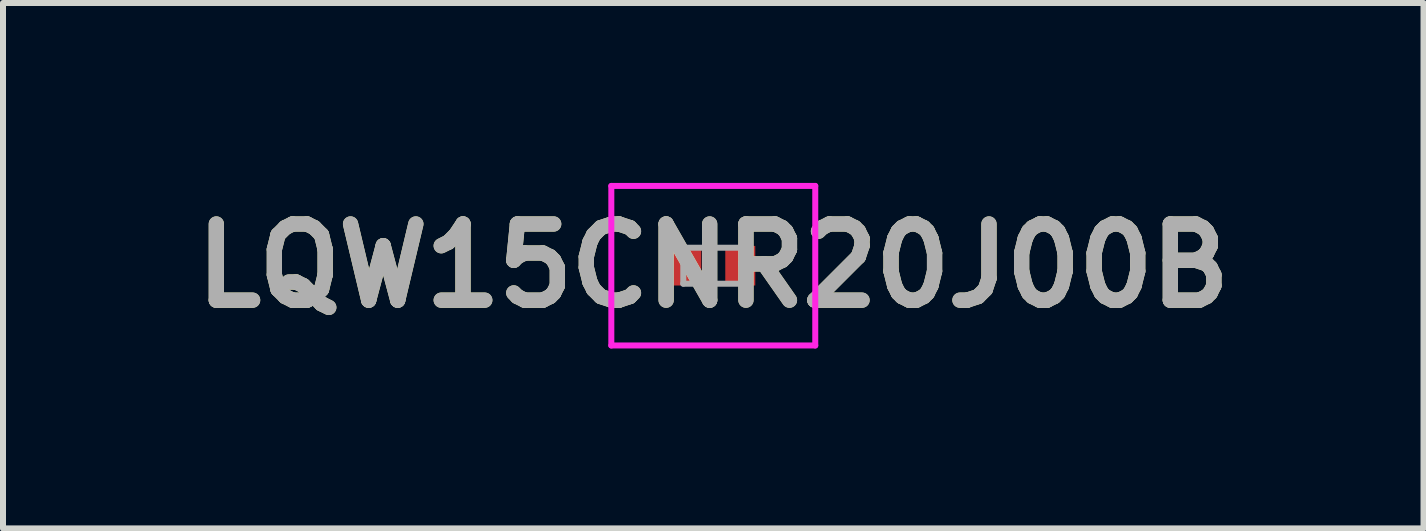
<source format=kicad_pcb>
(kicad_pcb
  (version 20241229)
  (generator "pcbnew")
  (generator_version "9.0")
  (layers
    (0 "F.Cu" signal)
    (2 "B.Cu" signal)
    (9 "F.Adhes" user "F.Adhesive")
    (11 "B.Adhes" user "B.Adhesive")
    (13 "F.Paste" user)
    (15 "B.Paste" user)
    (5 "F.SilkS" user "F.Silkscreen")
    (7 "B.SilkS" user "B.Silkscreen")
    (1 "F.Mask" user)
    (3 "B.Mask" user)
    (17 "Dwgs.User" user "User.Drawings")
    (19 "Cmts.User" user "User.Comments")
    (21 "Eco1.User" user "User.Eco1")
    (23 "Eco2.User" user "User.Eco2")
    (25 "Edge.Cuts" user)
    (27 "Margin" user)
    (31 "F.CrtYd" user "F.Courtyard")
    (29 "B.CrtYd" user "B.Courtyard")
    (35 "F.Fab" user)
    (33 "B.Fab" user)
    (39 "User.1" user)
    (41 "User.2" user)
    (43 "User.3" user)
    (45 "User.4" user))
  (footprint "LQW15CNR20J00B"
    (layer "F.Cu")
    (at 8.842 1.38)
    (property "Reference" "LQW15CNR20J00B" (at 0 0 0) (layer "F.SilkS") (effects (font (size 1.27 1.27) (thickness 0.254))))
    (attr smd)
    (fp_line (start 0 -0.3) (end 0 0.3) (stroke (width 0.1) (type solid)) (layer "F.SilkS"))
    (fp_line (start -1.7 -1.33) (end 1.7 -1.33) (stroke (width 0.1) (type solid)) (layer "F.CrtYd"))
    (fp_line (start -1.7 1.33) (end -1.7 -1.33) (stroke (width 0.1) (type solid)) (layer "F.CrtYd"))
    (fp_line (start 1.7 -1.33) (end 1.7 1.33) (stroke (width 0.1) (type solid)) (layer "F.CrtYd"))
    (fp_line (start 1.7 1.33) (end -1.7 1.33) (stroke (width 0.1) (type solid)) (layer "F.CrtYd"))
    (fp_line (start -0.5 -0.3) (end 0.5 -0.3) (stroke (width 0.1) (type solid)) (layer "F.Fab"))
    (fp_line (start -0.5 0.3) (end -0.5 -0.3) (stroke (width 0.1) (type solid)) (layer "F.Fab"))
    (fp_line (start 0.5 -0.3) (end 0.5 0.3) (stroke (width 0.1) (type solid)) (layer "F.Fab"))
    (fp_line (start 0.5 0.3) (end -0.5 0.3) (stroke (width 0.1) (type solid)) (layer "F.Fab"))
    (fp_text user "${REFERENCE}" (at 0 0 0) (layer "F.Fab") (effects (font (size 1.27 1.27) (thickness 0.254))))
    (pad "1" smd rect (at -0.45 0) (size 0.5 0.66) (layers "F.Cu" "F.Mask" "F.Paste"))
    (pad "2" smd rect (at 0.45 0) (size 0.5 0.66) (layers "F.Cu" "F.Mask" "F.Paste")))
  (gr_rect
    (start -3 -3)
    (end 20.683 5.76)
    (stroke (width 0.1) (type default))
    (fill no)
    (layer "Edge.Cuts")))
</source>
